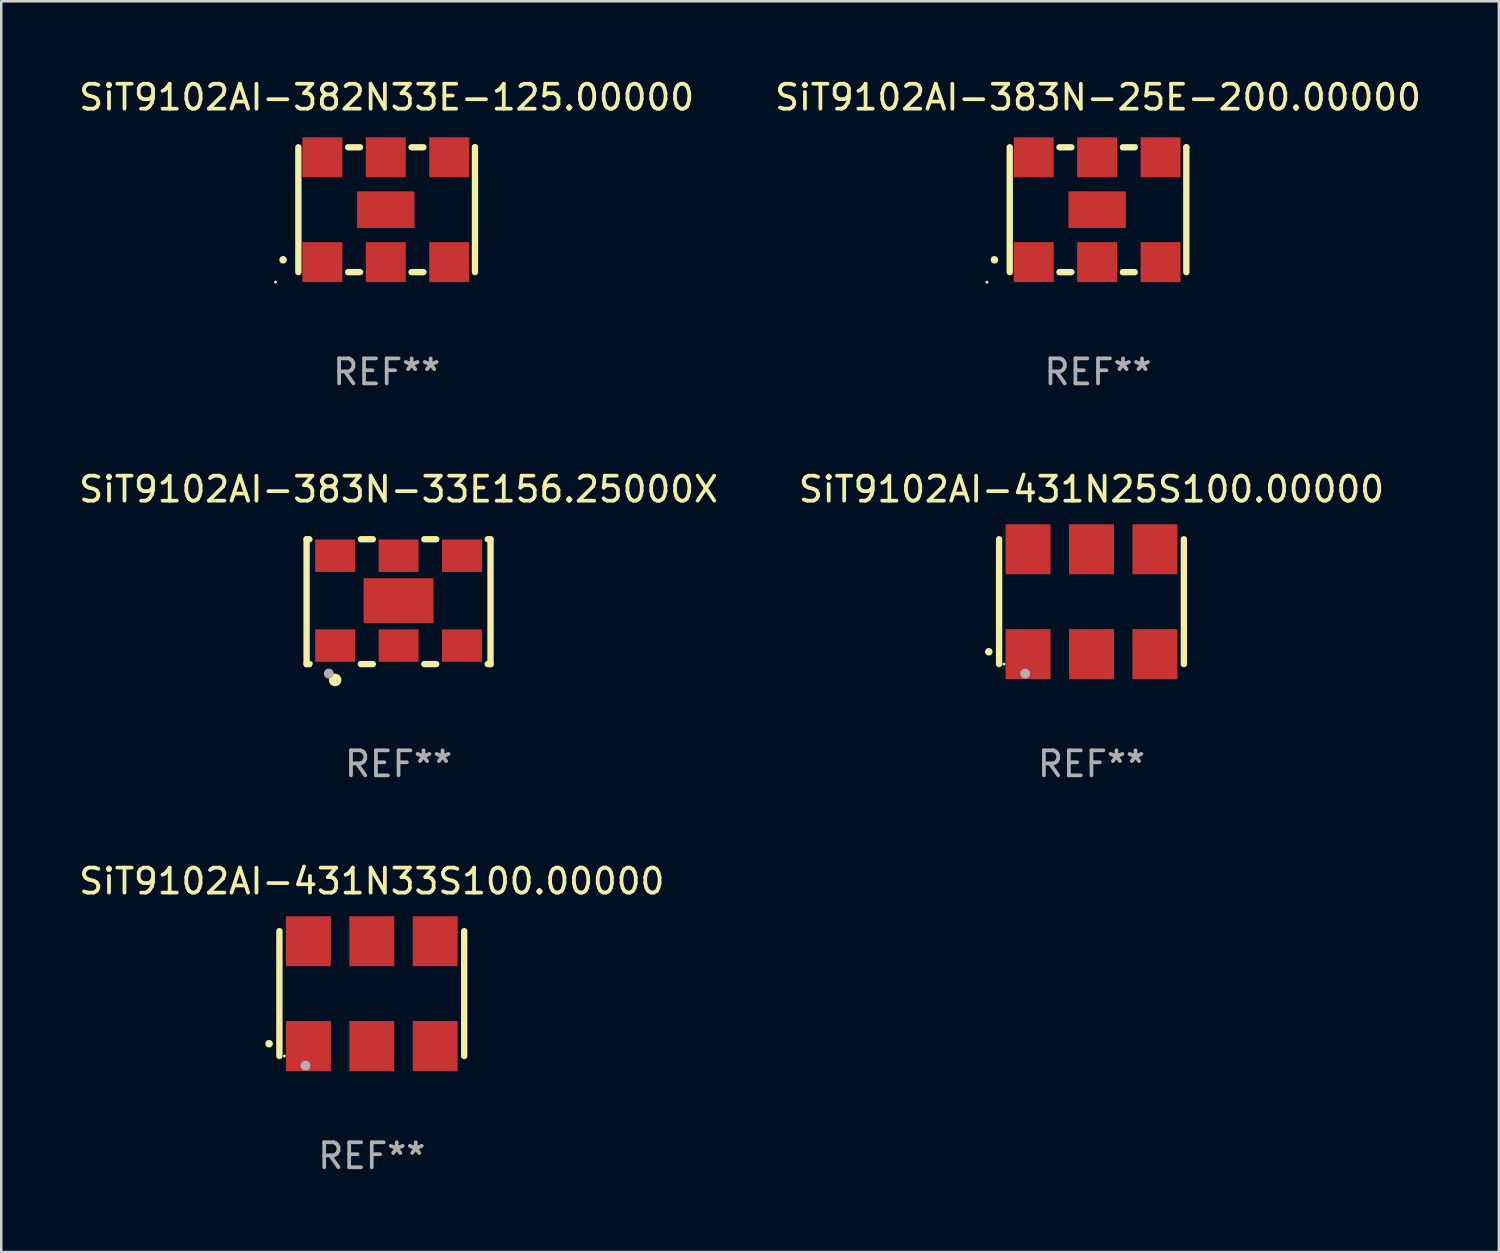
<source format=kicad_pcb>
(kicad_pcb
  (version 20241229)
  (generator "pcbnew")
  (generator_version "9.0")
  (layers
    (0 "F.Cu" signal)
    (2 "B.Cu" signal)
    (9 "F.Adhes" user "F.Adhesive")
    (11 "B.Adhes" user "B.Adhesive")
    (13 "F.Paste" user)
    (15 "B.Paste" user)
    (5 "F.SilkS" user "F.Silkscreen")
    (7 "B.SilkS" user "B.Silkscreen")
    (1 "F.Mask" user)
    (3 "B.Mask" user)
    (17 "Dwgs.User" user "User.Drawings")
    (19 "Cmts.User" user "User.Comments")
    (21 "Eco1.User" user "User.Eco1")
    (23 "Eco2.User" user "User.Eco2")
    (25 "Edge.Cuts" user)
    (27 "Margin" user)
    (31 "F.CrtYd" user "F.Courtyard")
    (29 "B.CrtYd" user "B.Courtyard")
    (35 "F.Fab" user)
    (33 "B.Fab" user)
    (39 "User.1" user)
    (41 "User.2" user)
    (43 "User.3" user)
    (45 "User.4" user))
  (footprint "SiT9102AI-383N-25E-200.00000"
    (layer "F.Cu")
    (at 40.923 5.348)
    (property "Reference" "SiT9102AI-383N-25E-200.00000" (at 0 -4.5 0) (layer "F.SilkS") (effects (font (size 1 1) (thickness 0.15))))
    (attr through_hole)
    (fp_line (start -3.536 -2.5) (end -3.536 2.5) (stroke (width 0.254) (type solid)) (layer "F.SilkS"))
    (fp_line (start -1.544 2.5) (end -1.067 2.5) (stroke (width 0.254) (type solid)) (layer "F.SilkS"))
    (fp_line (start -1.067 -2.5) (end -1.544 -2.5) (stroke (width 0.254) (type solid)) (layer "F.SilkS"))
    (fp_line (start 0.996 2.5) (end 1.473 2.5) (stroke (width 0.254) (type solid)) (layer "F.SilkS"))
    (fp_line (start 1.473 -2.5) (end 0.996 -2.5) (stroke (width 0.254) (type solid)) (layer "F.SilkS"))
    (fp_line (start 3.536 -2.5) (end 3.536 -2.5) (stroke (width 0.254) (type solid)) (layer "F.SilkS"))
    (fp_line (start 3.536 2.5) (end 3.536 -2.5) (stroke (width 0.254) (type solid)) (layer "F.SilkS"))
    (fp_arc (start -4.150432 2.006604) (mid -4.149162 2.006599) (end -4.147892 2.006604) (stroke (width 0.3) (type solid)) (layer "F.SilkS"))
    (fp_circle (center -4.449 2.9) (end -4.419 2.9) (stroke (width 0.06) (type solid)) (fill no) (layer "F.SilkS"))
    (fp_text user "REF**" (at 0 6.5 0) (layer "F.Fab") (effects (font (size 1 1) (thickness 0.15))))
    (pad "1" smd rect (at -2.576 2.1) (size 1.6 1.6) (layers "F.Cu" "F.Mask" "F.Paste"))
    (pad "2" smd rect (at -0.036 2.1) (size 1.6 1.6) (layers "F.Cu" "F.Mask" "F.Paste"))
    (pad "3" smd rect (at 2.504 2.1) (size 1.6 1.6) (layers "F.Cu" "F.Mask" "F.Paste"))
    (pad "4" smd rect (at 2.504 -2.1) (size 1.6 1.6) (layers "F.Cu" "F.Mask" "F.Paste"))
    (pad "5" smd rect (at -0.036 -2.1) (size 1.6 1.6) (layers "F.Cu" "F.Mask" "F.Paste"))
    (pad "6" smd rect (at -2.576 -2.1) (size 1.6 1.6) (layers "F.Cu" "F.Mask" "F.Paste"))
    (pad "7" smd rect (at -0.036 0) (size 2.3 1.47) (layers "F.Cu" "F.Mask" "F.Paste")))
  (footprint "SiT9102AI-383N-33E156.25000X"
    (layer "F.Cu")
    (at 12.911 21.045)
    (property "Reference" "SiT9102AI-383N-33E156.25000X" (at 0 -4.5 0) (layer "F.SilkS") (effects (font (size 1 1) (thickness 0.15))))
    (attr through_hole)
    (fp_line (start -3.683 -2.5) (end -3.571 -2.5) (stroke (width 0.254) (type solid)) (layer "F.SilkS"))
    (fp_line (start -3.683 2.5) (end -3.683 -2.5) (stroke (width 0.254) (type solid)) (layer "F.SilkS"))
    (fp_line (start -3.683 2.5) (end -3.571 2.5) (stroke (width 0.254) (type solid)) (layer "F.SilkS"))
    (fp_line (start -1.509 -2.5) (end -1.031 -2.5) (stroke (width 0.254) (type solid)) (layer "F.SilkS"))
    (fp_line (start -1.509 2.5) (end -1.031 2.5) (stroke (width 0.254) (type solid)) (layer "F.SilkS"))
    (fp_line (start 1.031 -2.5) (end 1.509 -2.5) (stroke (width 0.254) (type solid)) (layer "F.SilkS"))
    (fp_line (start 1.031 2.5) (end 1.509 2.5) (stroke (width 0.254) (type solid)) (layer "F.SilkS"))
    (fp_line (start 3.571 -2.5) (end 3.683 -2.5) (stroke (width 0.254) (type solid)) (layer "F.SilkS"))
    (fp_line (start 3.571 2.5) (end 3.683 2.5) (stroke (width 0.254) (type solid)) (layer "F.SilkS"))
    (fp_line (start 3.683 2.5) (end 3.683 -2.5) (stroke (width 0.254) (type solid)) (layer "F.SilkS"))
    (fp_circle (center -3.5 2.46) (end -3.47 2.46) (stroke (width 0.06) (type solid)) (fill no) (layer "F.SilkS"))
    (fp_circle (center -2.54 3.135) (end -2.413 3.135) (stroke (width 0.254) (type solid)) (fill no) (layer "F.SilkS"))
    (fp_circle (center -2.794 2.881) (end -2.694 2.881) (stroke (width 0.2) (type solid)) (fill no) (layer "F.Fab"))
    (fp_text user "REF**" (at 0 6.5 0) (layer "F.Fab") (effects (font (size 1 1) (thickness 0.15))))
    (pad "1" smd rect (at -2.54 1.76) (size 1.6 1.3) (layers "F.Cu" "F.Mask" "F.Paste"))
    (pad "2" smd rect (at 0 1.76) (size 1.6 1.3) (layers "F.Cu" "F.Mask" "F.Paste"))
    (pad "3" smd rect (at 2.54 1.76) (size 1.6 1.3) (layers "F.Cu" "F.Mask" "F.Paste"))
    (pad "4" smd rect (at 2.54 -1.84) (size 1.6 1.3) (layers "F.Cu" "F.Mask" "F.Paste"))
    (pad "5" smd rect (at 0 -1.84) (size 1.6 1.3) (layers "F.Cu" "F.Mask" "F.Paste"))
    (pad "6" smd rect (at -2.54 -1.84) (size 1.6 1.3) (layers "F.Cu" "F.Mask" "F.Paste"))
    (pad "7" smd rect (at 0 -0.04) (size 2.8 1.8) (layers "F.Cu" "F.Mask" "F.Paste")))
  (footprint "SiT9102AI-431N25S100.00000"
    (layer "F.Cu")
    (at 40.661 21.045)
    (property "Reference" "SiT9102AI-431N25S100.00000" (at 0 -4.5 0) (layer "F.SilkS") (effects (font (size 1 1) (thickness 0.15))))
    (attr through_hole)
    (fp_line (start -3.7 -2.5) (end -3.7 2.5) (stroke (width 0.254) (type solid)) (layer "F.SilkS"))
    (fp_line (start 3.7 -2.5) (end 3.7 2.5) (stroke (width 0.254) (type solid)) (layer "F.SilkS"))
    (fp_arc (start -4.114415 2.006604) (mid -4.113145 2.006599) (end -4.111875 2.006604) (stroke (width 0.3) (type solid)) (layer "F.SilkS"))
    (fp_circle (center -3.502 2.5) (end -3.472 2.5) (stroke (width 0.06) (type solid)) (fill no) (layer "F.SilkS"))
    (fp_circle (center -2.657 2.882) (end -2.557 2.882) (stroke (width 0.2) (type solid)) (fill no) (layer "F.Fab"))
    (fp_text user "REF**" (at 0 6.5 0) (layer "F.Fab") (effects (font (size 1 1) (thickness 0.15))))
    (pad "1" smd rect (at -2.54 2.1) (size 1.8 2) (layers "F.Cu" "F.Mask" "F.Paste"))
    (pad "2" smd rect (at 0.000394 2.1) (size 1.8 2) (layers "F.Cu" "F.Mask" "F.Paste"))
    (pad "3" smd rect (at 2.54 2.1) (size 1.8 2) (layers "F.Cu" "F.Mask" "F.Paste"))
    (pad "4" smd rect (at 2.54 -2.1) (size 1.8 2) (layers "F.Cu" "F.Mask" "F.Paste"))
    (pad "5" smd rect (at 0.000394 -2.1) (size 1.8 2) (layers "F.Cu" "F.Mask" "F.Paste"))
    (pad "6" smd rect (at -2.54 -2.1) (size 1.8 2) (layers "F.Cu" "F.Mask" "F.Paste")))
  (footprint "SiT9102AI-382N33E-125.00000"
    (layer "F.Cu")
    (at 12.435 5.348)
    (property "Reference" "SiT9102AI-382N33E-125.00000" (at 0 -4.5 0) (layer "F.SilkS") (effects (font (size 1 1) (thickness 0.15))))
    (attr through_hole)
    (fp_line (start -3.536 -2.5) (end -3.536 2.5) (stroke (width 0.254) (type solid)) (layer "F.SilkS"))
    (fp_line (start -1.544 2.5) (end -1.067 2.5) (stroke (width 0.254) (type solid)) (layer "F.SilkS"))
    (fp_line (start -1.067 -2.5) (end -1.544 -2.5) (stroke (width 0.254) (type solid)) (layer "F.SilkS"))
    (fp_line (start 0.996 2.5) (end 1.473 2.5) (stroke (width 0.254) (type solid)) (layer "F.SilkS"))
    (fp_line (start 1.473 -2.5) (end 0.996 -2.5) (stroke (width 0.254) (type solid)) (layer "F.SilkS"))
    (fp_line (start 3.536 -2.5) (end 3.536 -2.5) (stroke (width 0.254) (type solid)) (layer "F.SilkS"))
    (fp_line (start 3.536 2.5) (end 3.536 -2.5) (stroke (width 0.254) (type solid)) (layer "F.SilkS"))
    (fp_arc (start -4.150432 2.006604) (mid -4.149162 2.006599) (end -4.147892 2.006604) (stroke (width 0.3) (type solid)) (layer "F.SilkS"))
    (fp_circle (center -4.449 2.9) (end -4.419 2.9) (stroke (width 0.06) (type solid)) (fill no) (layer "F.SilkS"))
    (fp_text user "REF**" (at 0 6.5 0) (layer "F.Fab") (effects (font (size 1 1) (thickness 0.15))))
    (pad "1" smd rect (at -2.576 2.1) (size 1.6 1.6) (layers "F.Cu" "F.Mask" "F.Paste"))
    (pad "2" smd rect (at -0.036 2.1) (size 1.6 1.6) (layers "F.Cu" "F.Mask" "F.Paste"))
    (pad "3" smd rect (at 2.504 2.1) (size 1.6 1.6) (layers "F.Cu" "F.Mask" "F.Paste"))
    (pad "4" smd rect (at 2.504 -2.1) (size 1.6 1.6) (layers "F.Cu" "F.Mask" "F.Paste"))
    (pad "5" smd rect (at -0.036 -2.1) (size 1.6 1.6) (layers "F.Cu" "F.Mask" "F.Paste"))
    (pad "6" smd rect (at -2.576 -2.1) (size 1.6 1.6) (layers "F.Cu" "F.Mask" "F.Paste"))
    (pad "7" smd rect (at -0.036 0) (size 2.3 1.47) (layers "F.Cu" "F.Mask" "F.Paste")))
  (footprint "SiT9102AI-431N33S100.00000"
    (layer "F.Cu")
    (at 11.839 36.741)
    (property "Reference" "SiT9102AI-431N33S100.00000" (at 0 -4.5 0) (layer "F.SilkS") (effects (font (size 1 1) (thickness 0.15))))
    (attr through_hole)
    (fp_line (start -3.7 -2.5) (end -3.7 2.5) (stroke (width 0.254) (type solid)) (layer "F.SilkS"))
    (fp_line (start 3.7 -2.5) (end 3.7 2.5) (stroke (width 0.254) (type solid)) (layer "F.SilkS"))
    (fp_arc (start -4.114415 2.006604) (mid -4.113145 2.006599) (end -4.111875 2.006604) (stroke (width 0.3) (type solid)) (layer "F.SilkS"))
    (fp_circle (center -3.502 2.5) (end -3.472 2.5) (stroke (width 0.06) (type solid)) (fill no) (layer "F.SilkS"))
    (fp_circle (center -2.657 2.882) (end -2.557 2.882) (stroke (width 0.2) (type solid)) (fill no) (layer "F.Fab"))
    (fp_text user "REF**" (at 0 6.5 0) (layer "F.Fab") (effects (font (size 1 1) (thickness 0.15))))
    (pad "1" smd rect (at -2.54 2.1) (size 1.8 2) (layers "F.Cu" "F.Mask" "F.Paste"))
    (pad "2" smd rect (at 0.000394 2.1) (size 1.8 2) (layers "F.Cu" "F.Mask" "F.Paste"))
    (pad "3" smd rect (at 2.54 2.1) (size 1.8 2) (layers "F.Cu" "F.Mask" "F.Paste"))
    (pad "4" smd rect (at 2.54 -2.1) (size 1.8 2) (layers "F.Cu" "F.Mask" "F.Paste"))
    (pad "5" smd rect (at 0.000394 -2.1) (size 1.8 2) (layers "F.Cu" "F.Mask" "F.Paste"))
    (pad "6" smd rect (at -2.54 -2.1) (size 1.8 2) (layers "F.Cu" "F.Mask" "F.Paste")))
  (gr_rect
    (start -3 -3)
    (end 56.976 47.09)
    (stroke (width 0.1) (type default))
    (fill no)
    (layer "Edge.Cuts")))
</source>
